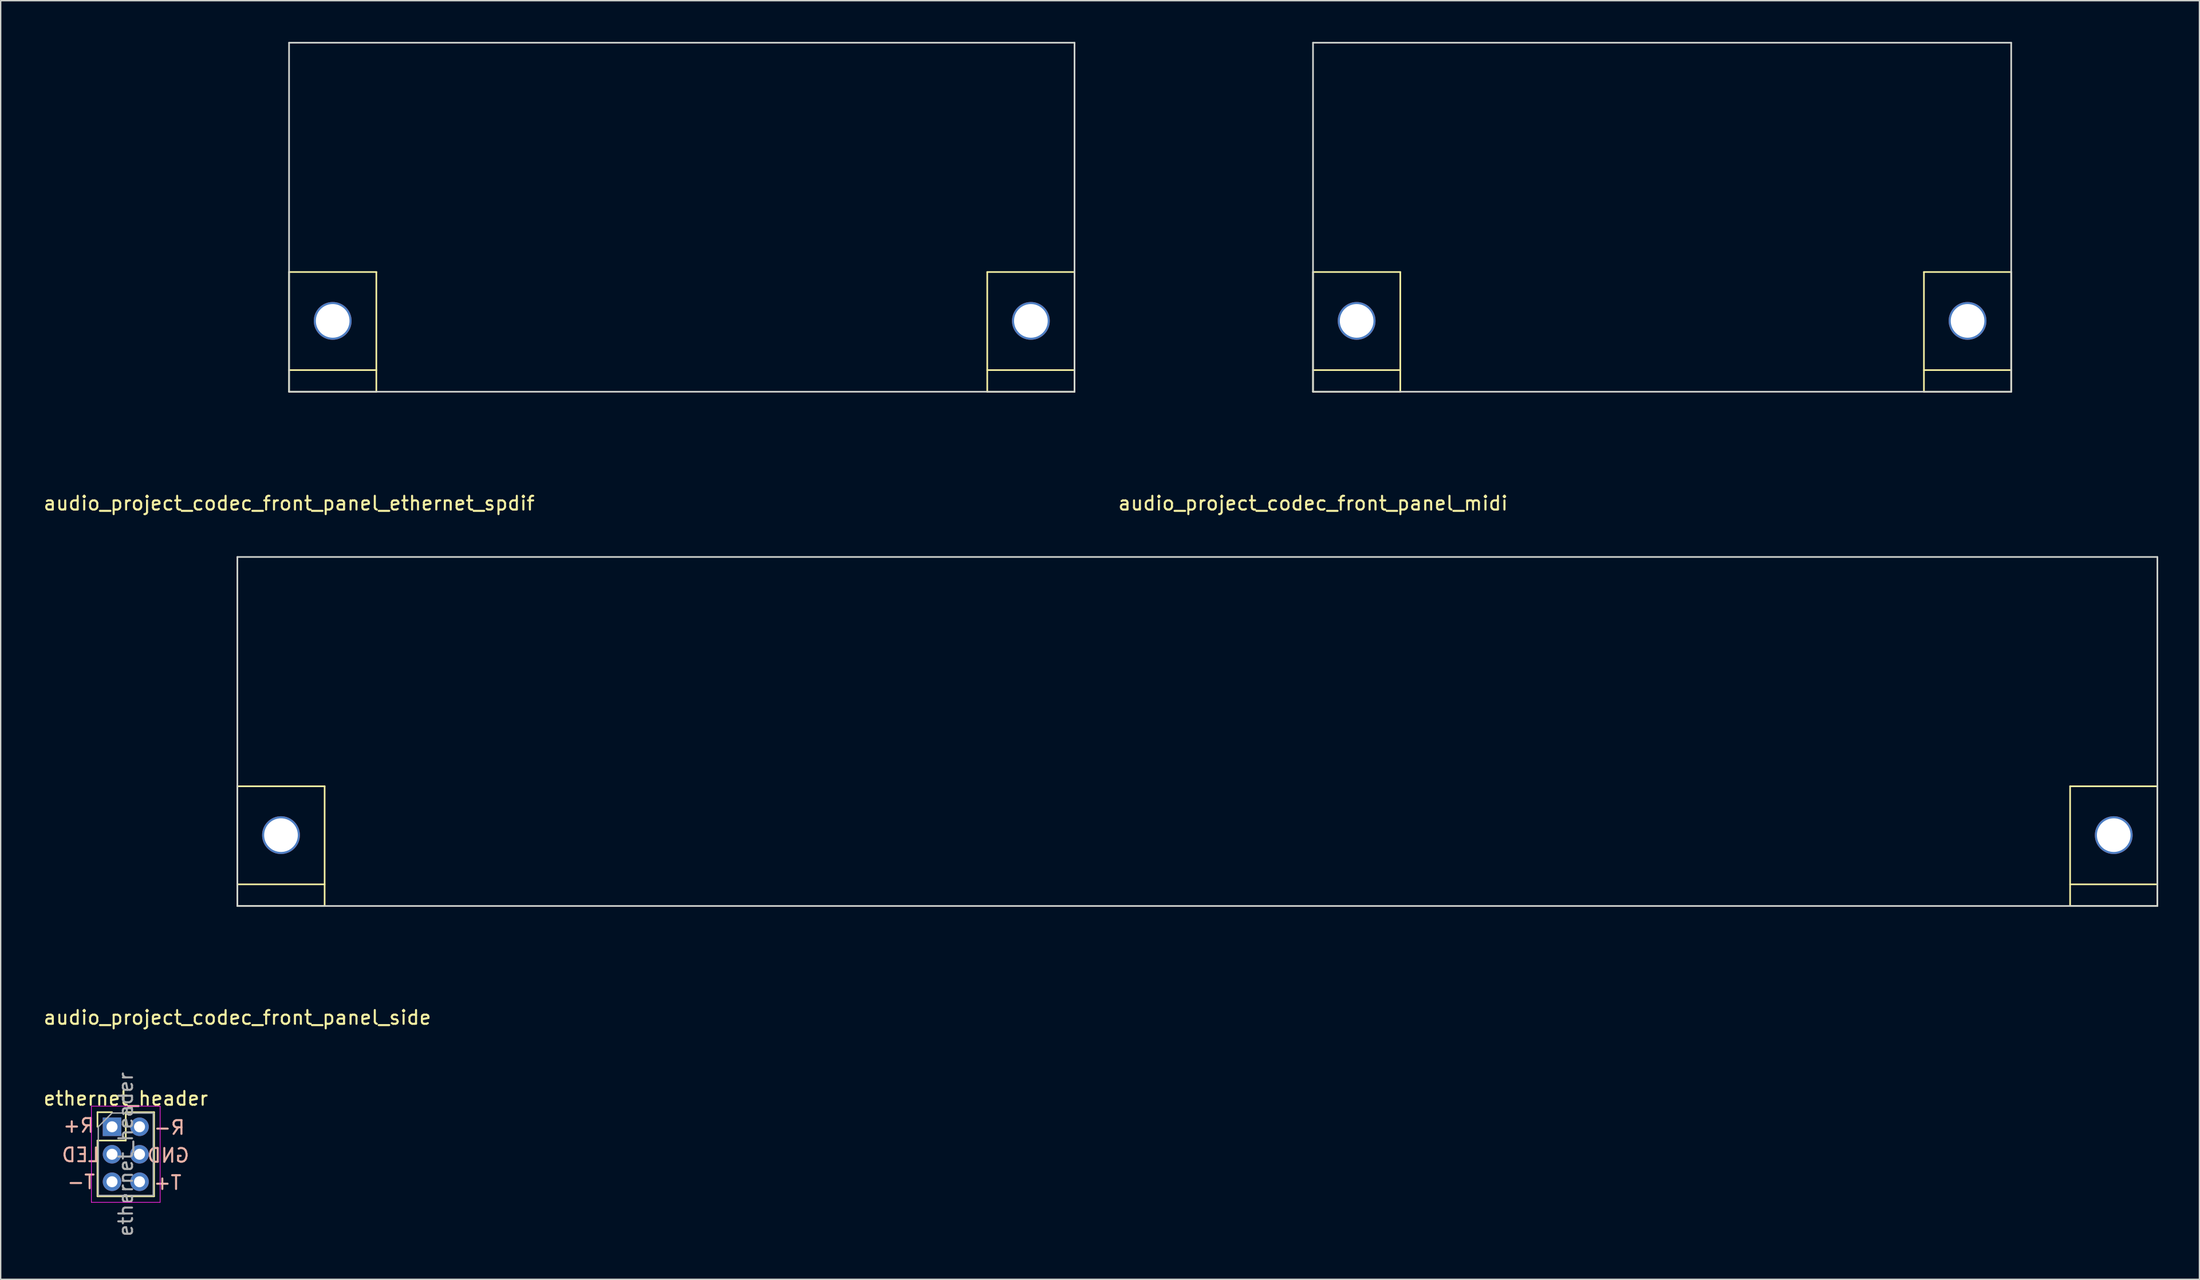
<source format=kicad_pcb>
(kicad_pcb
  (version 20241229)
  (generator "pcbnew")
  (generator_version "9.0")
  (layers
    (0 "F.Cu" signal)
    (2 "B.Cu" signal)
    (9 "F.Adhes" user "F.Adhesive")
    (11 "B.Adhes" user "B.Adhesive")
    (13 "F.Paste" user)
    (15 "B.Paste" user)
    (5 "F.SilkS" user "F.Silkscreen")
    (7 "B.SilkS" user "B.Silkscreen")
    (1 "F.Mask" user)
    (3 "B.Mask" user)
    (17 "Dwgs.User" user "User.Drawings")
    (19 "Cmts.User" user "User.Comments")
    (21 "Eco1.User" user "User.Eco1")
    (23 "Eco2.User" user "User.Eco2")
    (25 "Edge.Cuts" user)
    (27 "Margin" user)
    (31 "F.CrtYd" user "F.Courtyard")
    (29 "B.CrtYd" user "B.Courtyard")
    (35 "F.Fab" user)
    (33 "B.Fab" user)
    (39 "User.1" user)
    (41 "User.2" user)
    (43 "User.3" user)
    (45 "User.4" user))
  (footprint "ethernet_header"
    (layer "F.Cu")
    (at 5.101 78.958)
    (property "Reference" "ethernet_header" (at 1 -2.06 0) (layer "F.SilkS") (effects (font (size 1 1) (thickness 0.15))))
    (attr through_hole)
    (fp_line (start -1.06 -1.06) (end 0 -1.06) (stroke (width 0.12) (type solid)) (layer "F.SilkS"))
    (fp_line (start -1.06 0) (end -1.06 -1.06) (stroke (width 0.12) (type solid)) (layer "F.SilkS"))
    (fp_line (start -1.06 1) (end -1.06 5.06) (stroke (width 0.12) (type solid)) (layer "F.SilkS"))
    (fp_line (start -1.06 1) (end 1 1) (stroke (width 0.12) (type solid)) (layer "F.SilkS"))
    (fp_line (start -1.06 5.06) (end 3.06 5.06) (stroke (width 0.12) (type solid)) (layer "F.SilkS"))
    (fp_line (start 1 -1.06) (end 3.06 -1.06) (stroke (width 0.12) (type solid)) (layer "F.SilkS"))
    (fp_line (start 1 1) (end 1 -1.06) (stroke (width 0.12) (type solid)) (layer "F.SilkS"))
    (fp_line (start 3.06 -1.06) (end 3.06 5.06) (stroke (width 0.12) (type solid)) (layer "F.SilkS"))
    (fp_line (start -1.5 -1.5) (end -1.5 5.5) (stroke (width 0.05) (type solid)) (layer "F.CrtYd"))
    (fp_line (start -1.5 5.5) (end 3.5 5.5) (stroke (width 0.05) (type solid)) (layer "F.CrtYd"))
    (fp_line (start 3.5 -1.5) (end -1.5 -1.5) (stroke (width 0.05) (type solid)) (layer "F.CrtYd"))
    (fp_line (start 3.5 5.5) (end 3.5 -1.5) (stroke (width 0.05) (type solid)) (layer "F.CrtYd"))
    (fp_line (start -1 0) (end 0 -1) (stroke (width 0.1) (type solid)) (layer "F.Fab"))
    (fp_line (start -1 5) (end -1 0) (stroke (width 0.1) (type solid)) (layer "F.Fab"))
    (fp_line (start 0 -1) (end 3 -1) (stroke (width 0.1) (type solid)) (layer "F.Fab"))
    (fp_line (start 3 -1) (end 3 5) (stroke (width 0.1) (type solid)) (layer "F.Fab"))
    (fp_line (start 3 5) (end -1 5) (stroke (width 0.1) (type solid)) (layer "F.Fab"))
    (fp_text user "GND" (at 4.09 2.09 0) (unlocked yes) (layer "B.SilkS") (effects (font (size 1 1) (thickness 0.15)) (justify mirror)))
    (fp_text user "R-" (at 4.17 0.06 0) (unlocked yes) (layer "B.SilkS") (effects (font (size 1 1) (thickness 0.15)) (justify mirror)))
    (fp_text user "T+" (at 4.04 4.07 0) (unlocked yes) (layer "B.SilkS") (effects (font (size 1 1) (thickness 0.15)) (justify mirror)))
    (fp_text user "LED" (at -2.29 2.05 0) (unlocked yes) (layer "B.SilkS") (effects (font (size 1 1) (thickness 0.15)) (justify mirror)))
    (fp_text user "T-" (at -2.25 4.02 0) (unlocked yes) (layer "B.SilkS") (effects (font (size 1 1) (thickness 0.15)) (justify mirror)))
    (fp_text user "R+" (at -2.43 -0.09 0) (unlocked yes) (layer "B.SilkS") (effects (font (size 1 1) (thickness 0.15)) (justify mirror)))
    (fp_text user "${REFERENCE}" (at 1 2 90) (layer "F.Fab") (effects (font (size 1 1) (thickness 0.15))))
    (pad "1" thru_hole rect (at 0 0) (size 1.35 1.35) (drill 0.8) (layers "*.Cu" "*.Mask"))
    (pad "2" thru_hole oval (at 2 0) (size 1.35 1.35) (drill 0.8) (layers "*.Cu" "*.Mask"))
    (pad "3" thru_hole oval (at 0 2) (size 1.35 1.35) (drill 0.8) (layers "*.Cu" "*.Mask"))
    (pad "4" thru_hole oval (at 2 2) (size 1.35 1.35) (drill 0.8) (layers "*.Cu" "*.Mask"))
    (pad "5" thru_hole oval (at 0 4) (size 1.35 1.35) (drill 0.8) (layers "*.Cu" "*.Mask"))
    (pad "6" thru_hole oval (at 2 4) (size 1.35 1.35) (drill 0.8) (layers "*.Cu" "*.Mask")))
  (footprint "audio_project_codec_front_panel_ethernet_spdif"
    (layer "F.Cu")
    (at 17.982 25.46)
    (property "Reference" "audio_project_codec_front_panel_ethernet_spdif" (at 0 8.12 0) (layer "F.SilkS") (effects (font (size 1 1) (thickness 0.15))))
    (attr through_hole)
    (fp_line (start 0 0) (end 0 -8.712) (stroke (width 0.12) (type solid)) (layer "F.SilkS"))
    (fp_line (start 6.35 -8.712) (end 0 -8.712) (stroke (width 0.12) (type solid)) (layer "F.SilkS"))
    (fp_line (start 6.35 -1.575) (end 0 -1.575) (stroke (width 0.12) (type solid)) (layer "F.SilkS"))
    (fp_line (start 6.35 0) (end 0 0) (stroke (width 0.12) (type solid)) (layer "F.SilkS"))
    (fp_line (start 6.35 0) (end 6.35 -8.712) (stroke (width 0.12) (type solid)) (layer "F.SilkS"))
    (fp_line (start 50.8 0) (end 50.8 -8.712) (stroke (width 0.12) (type solid)) (layer "F.SilkS"))
    (fp_line (start 57.15 -8.712) (end 50.8 -8.712) (stroke (width 0.12) (type solid)) (layer "F.SilkS"))
    (fp_line (start 57.15 -1.575) (end 50.8 -1.575) (stroke (width 0.12) (type solid)) (layer "F.SilkS"))
    (fp_line (start 57.15 0) (end 50.8 0) (stroke (width 0.12) (type solid)) (layer "F.SilkS"))
    (fp_line (start 57.15 0) (end 57.15 -8.712) (stroke (width 0.12) (type solid)) (layer "F.SilkS"))
    (fp_line (start 0 -25.4) (end 57.15 -25.4) (stroke (width 0.12) (type solid)) (layer "Edge.Cuts"))
    (fp_line (start 0 0) (end 0 -25.4) (stroke (width 0.12) (type solid)) (layer "Edge.Cuts"))
    (fp_line (start 0 0) (end 57.15 0) (stroke (width 0.12) (type solid)) (layer "Edge.Cuts"))
    (fp_line (start 57.15 0) (end 57.15 -25.4) (stroke (width 0.12) (type solid)) (layer "Edge.Cuts"))
    (pad "1" thru_hole circle (at 3.175 -5.156 270) (size 2.75 2.75) (drill 2.45) (layers "*.Cu" "*.Mask"))
    (pad "1" thru_hole circle (at 53.975 -5.156 270) (size 2.75 2.75) (drill 2.45) (layers "*.Cu" "*.Mask")))
  (footprint "audio_project_codec_front_panel_side"
    (layer "F.Cu")
    (at 14.22 62.888)
    (property "Reference" "audio_project_codec_front_panel_side" (at 0 8.12 0) (layer "F.SilkS") (effects (font (size 1 1) (thickness 0.15))))
    (attr through_hole)
    (fp_line (start 0 0) (end 0 -8.712) (stroke (width 0.12) (type solid)) (layer "F.SilkS"))
    (fp_line (start 6.35 -8.712) (end 0 -8.712) (stroke (width 0.12) (type solid)) (layer "F.SilkS"))
    (fp_line (start 6.35 -1.575) (end 0 -1.575) (stroke (width 0.12) (type solid)) (layer "F.SilkS"))
    (fp_line (start 6.35 0) (end 0 0) (stroke (width 0.12) (type solid)) (layer "F.SilkS"))
    (fp_line (start 6.35 0) (end 6.35 -8.712) (stroke (width 0.12) (type solid)) (layer "F.SilkS"))
    (fp_line (start 133.35 0) (end 133.35 -8.712) (stroke (width 0.12) (type solid)) (layer "F.SilkS"))
    (fp_line (start 139.7 -8.712) (end 133.35 -8.712) (stroke (width 0.12) (type solid)) (layer "F.SilkS"))
    (fp_line (start 139.7 -1.575) (end 133.35 -1.575) (stroke (width 0.12) (type solid)) (layer "F.SilkS"))
    (fp_line (start 139.7 0) (end 133.35 0) (stroke (width 0.12) (type solid)) (layer "F.SilkS"))
    (fp_line (start 139.7 0) (end 139.7 -8.712) (stroke (width 0.12) (type solid)) (layer "F.SilkS"))
    (fp_line (start 0 -25.4) (end 139.7 -25.4) (stroke (width 0.12) (type solid)) (layer "Edge.Cuts"))
    (fp_line (start 0 0) (end 0 -25.4) (stroke (width 0.12) (type solid)) (layer "Edge.Cuts"))
    (fp_line (start 0 0) (end 139.7 0) (stroke (width 0.12) (type solid)) (layer "Edge.Cuts"))
    (fp_line (start 139.7 0) (end 139.7 -25.4) (stroke (width 0.12) (type solid)) (layer "Edge.Cuts"))
    (pad "1" thru_hole circle (at 3.175 -5.156 270) (size 2.75 2.75) (drill 2.45) (layers "*.Cu" "*.Mask"))
    (pad "1" thru_hole circle (at 136.525 -5.156 270) (size 2.75 2.75) (drill 2.45) (layers "*.Cu" "*.Mask")))
  (footprint "audio_project_codec_front_panel_midi"
    (layer "F.Cu")
    (at 92.484 25.46)
    (property "Reference" "audio_project_codec_front_panel_midi" (at 0 8.12 0) (layer "F.SilkS") (effects (font (size 1 1) (thickness 0.15))))
    (attr through_hole)
    (fp_line (start 0 0) (end 0 -8.712) (stroke (width 0.12) (type solid)) (layer "F.SilkS"))
    (fp_line (start 6.35 -8.712) (end 0 -8.712) (stroke (width 0.12) (type solid)) (layer "F.SilkS"))
    (fp_line (start 6.35 -1.575) (end 0 -1.575) (stroke (width 0.12) (type solid)) (layer "F.SilkS"))
    (fp_line (start 6.35 0) (end 0 0) (stroke (width 0.12) (type solid)) (layer "F.SilkS"))
    (fp_line (start 6.35 0) (end 6.35 -8.712) (stroke (width 0.12) (type solid)) (layer "F.SilkS"))
    (fp_line (start 44.45 0) (end 44.45 -8.712) (stroke (width 0.12) (type solid)) (layer "F.SilkS"))
    (fp_line (start 50.8 -8.712) (end 44.45 -8.712) (stroke (width 0.12) (type solid)) (layer "F.SilkS"))
    (fp_line (start 50.8 -1.575) (end 44.45 -1.575) (stroke (width 0.12) (type solid)) (layer "F.SilkS"))
    (fp_line (start 50.8 0) (end 44.45 0) (stroke (width 0.12) (type solid)) (layer "F.SilkS"))
    (fp_line (start 50.8 0) (end 50.8 -8.712) (stroke (width 0.12) (type solid)) (layer "F.SilkS"))
    (fp_line (start 0 -25.4) (end 50.8 -25.4) (stroke (width 0.12) (type solid)) (layer "Edge.Cuts"))
    (fp_line (start 0 0) (end 0 -25.4) (stroke (width 0.12) (type solid)) (layer "Edge.Cuts"))
    (fp_line (start 0 0) (end 50.8 0) (stroke (width 0.12) (type solid)) (layer "Edge.Cuts"))
    (fp_line (start 50.8 0) (end 50.8 -25.4) (stroke (width 0.12) (type solid)) (layer "Edge.Cuts"))
    (pad "1" thru_hole circle (at 3.175 -5.156 270) (size 2.75 2.75) (drill 2.45) (layers "*.Cu" "*.Mask"))
    (pad "1" thru_hole circle (at 47.625 -5.156 270) (size 2.75 2.75) (drill 2.45) (layers "*.Cu" "*.Mask")))
  (gr_rect
    (start -3 -3)
    (end 156.98 90.059)
    (stroke (width 0.1) (type default))
    (fill no)
    (layer "Edge.Cuts")))
</source>
